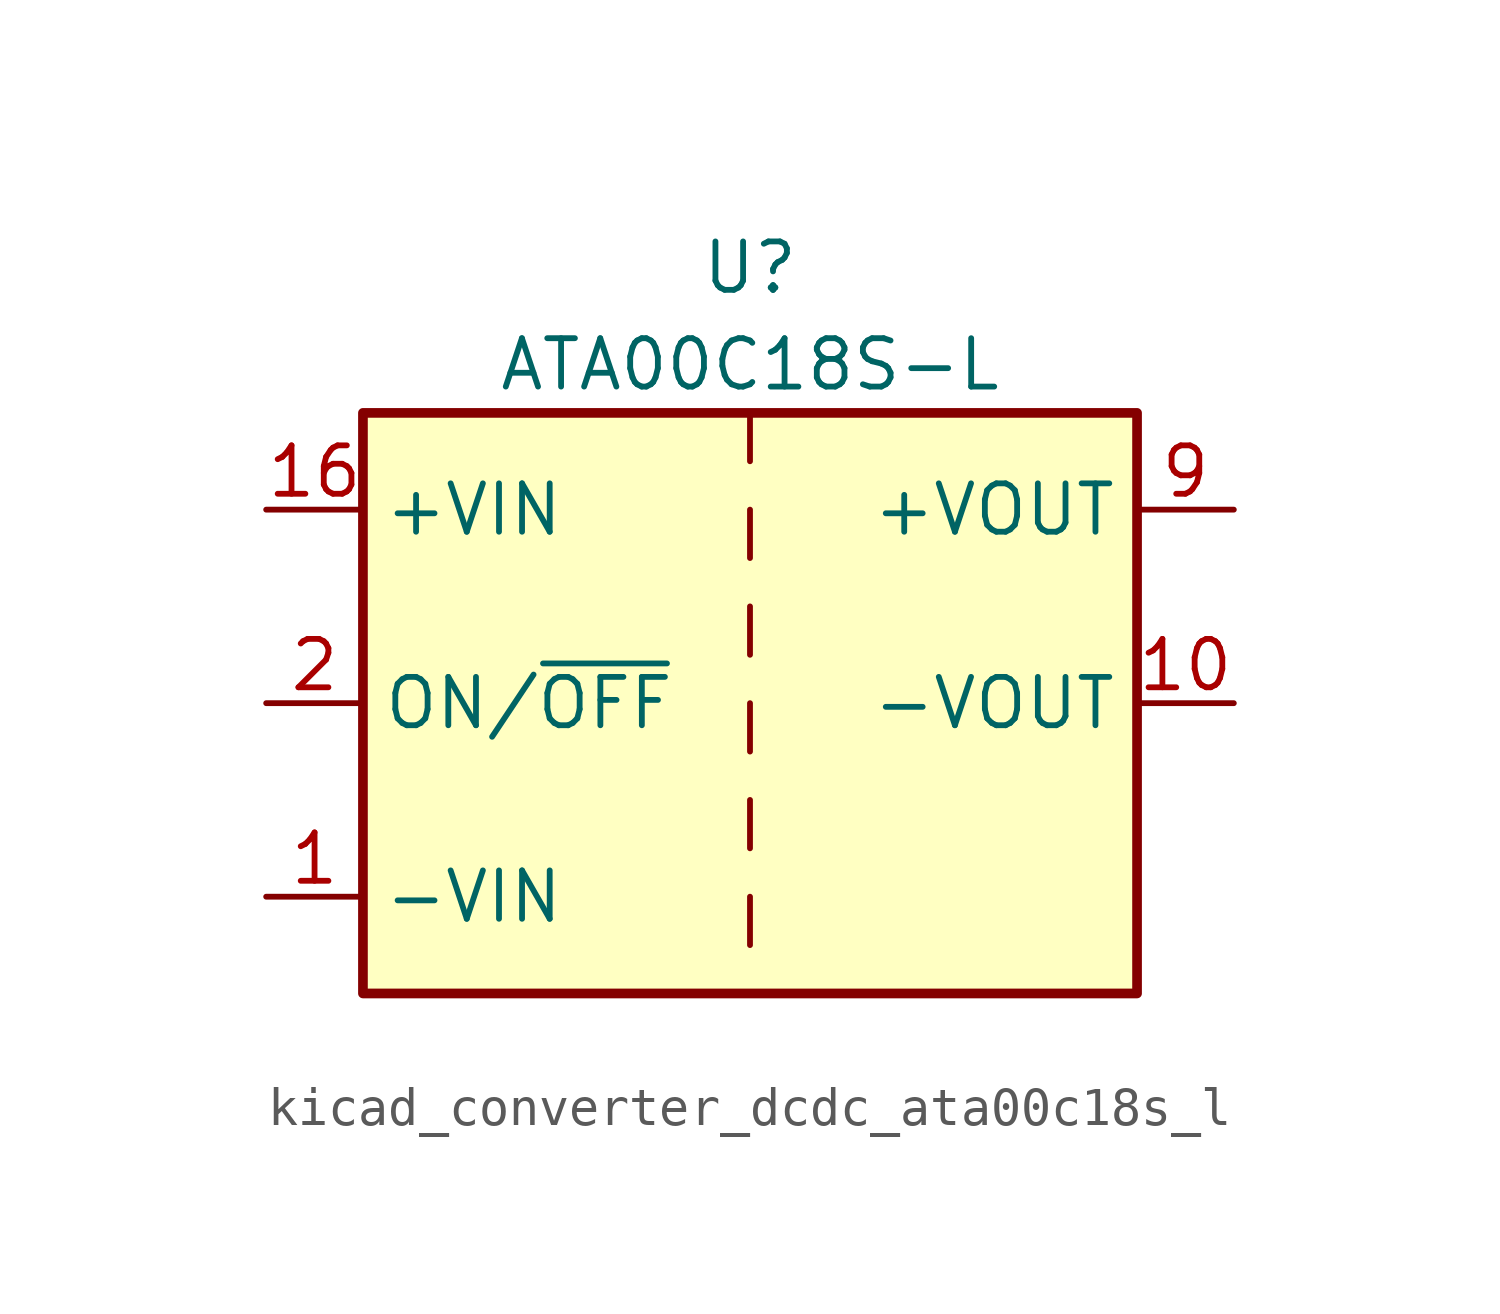
<source format=kicad_sym>
(kicad_symbol_lib
  (version 20220914)
  (generator kicad_symbol_editor)
  (symbol "kicad_converter_dcdc_ata00c18s_l"
    (property "Reference" "U"
      (at 0 11.43 0)
      (effects (font (size 1.27 1.27))))
    (property "Value" "ATA00C18S-L"
      (at 0 8.89 0)
      (effects (font (size 1.27 1.27))))
    (symbol "kicad_converter_dcdc_ata00c18s_l_0_1"
      (rectangle (start -10.16 7.62) (end 10.16 -7.62) (stroke (width 0.254) (type default)) (fill (type background)))
      (polyline (pts (xy 0 -5.08) (xy 0 -6.35)) (stroke (width 0) (type default)) (fill (type none)))
      (polyline (pts (xy 0 -2.54) (xy 0 -3.81)) (stroke (width 0) (type default)) (fill (type none)))
      (polyline (pts (xy 0 0) (xy 0 -1.27)) (stroke (width 0) (type default)) (fill (type none)))
      (polyline (pts (xy 0 2.54) (xy 0 1.27)) (stroke (width 0) (type default)) (fill (type none)))
      (polyline (pts (xy 0 5.08) (xy 0 3.81)) (stroke (width 0) (type default)) (fill (type none)))
      (polyline (pts (xy 0 7.62) (xy 0 6.35)) (stroke (width 0) (type default)) (fill (type none))))
    (symbol "kicad_converter_dcdc_ata00c18s_l_1_1"
      (pin power_in line (at -12.7 -5.08 0) (length 2.54) (name "-VIN" (effects (font (size 1.27 1.27)))) (number "1" (effects (font (size 1.27 1.27)))))
      (pin power_out line (at 12.7 0 180) (length 2.54) (name "-VOUT" (effects (font (size 1.27 1.27)))) (number "10" (effects (font (size 1.27 1.27)))))
      (pin power_in line (at -12.7 5.08 0) (length 2.54) (name "+VIN" (effects (font (size 1.27 1.27)))) (number "16" (effects (font (size 1.27 1.27)))))
      (pin input line (at -12.7 0 0) (length 2.54) (name "ON/~{OFF}" (effects (font (size 1.27 1.27)))) (number "2" (effects (font (size 1.27 1.27)))))
      (pin no_connect line (at 10.16 -2.54 180) (length 2.54) hide (name "NC" (effects (font (size 1.27 1.27)))) (number "7" (effects (font (size 1.27 1.27)))))
      (pin no_connect line (at 10.16 -5.08 180) (length 2.54) hide (name "NC" (effects (font (size 1.27 1.27)))) (number "8" (effects (font (size 1.27 1.27)))))
      (pin power_out line (at 12.7 5.08 180) (length 2.54) (name "+VOUT" (effects (font (size 1.27 1.27)))) (number "9" (effects (font (size 1.27 1.27))))))))
</source>
